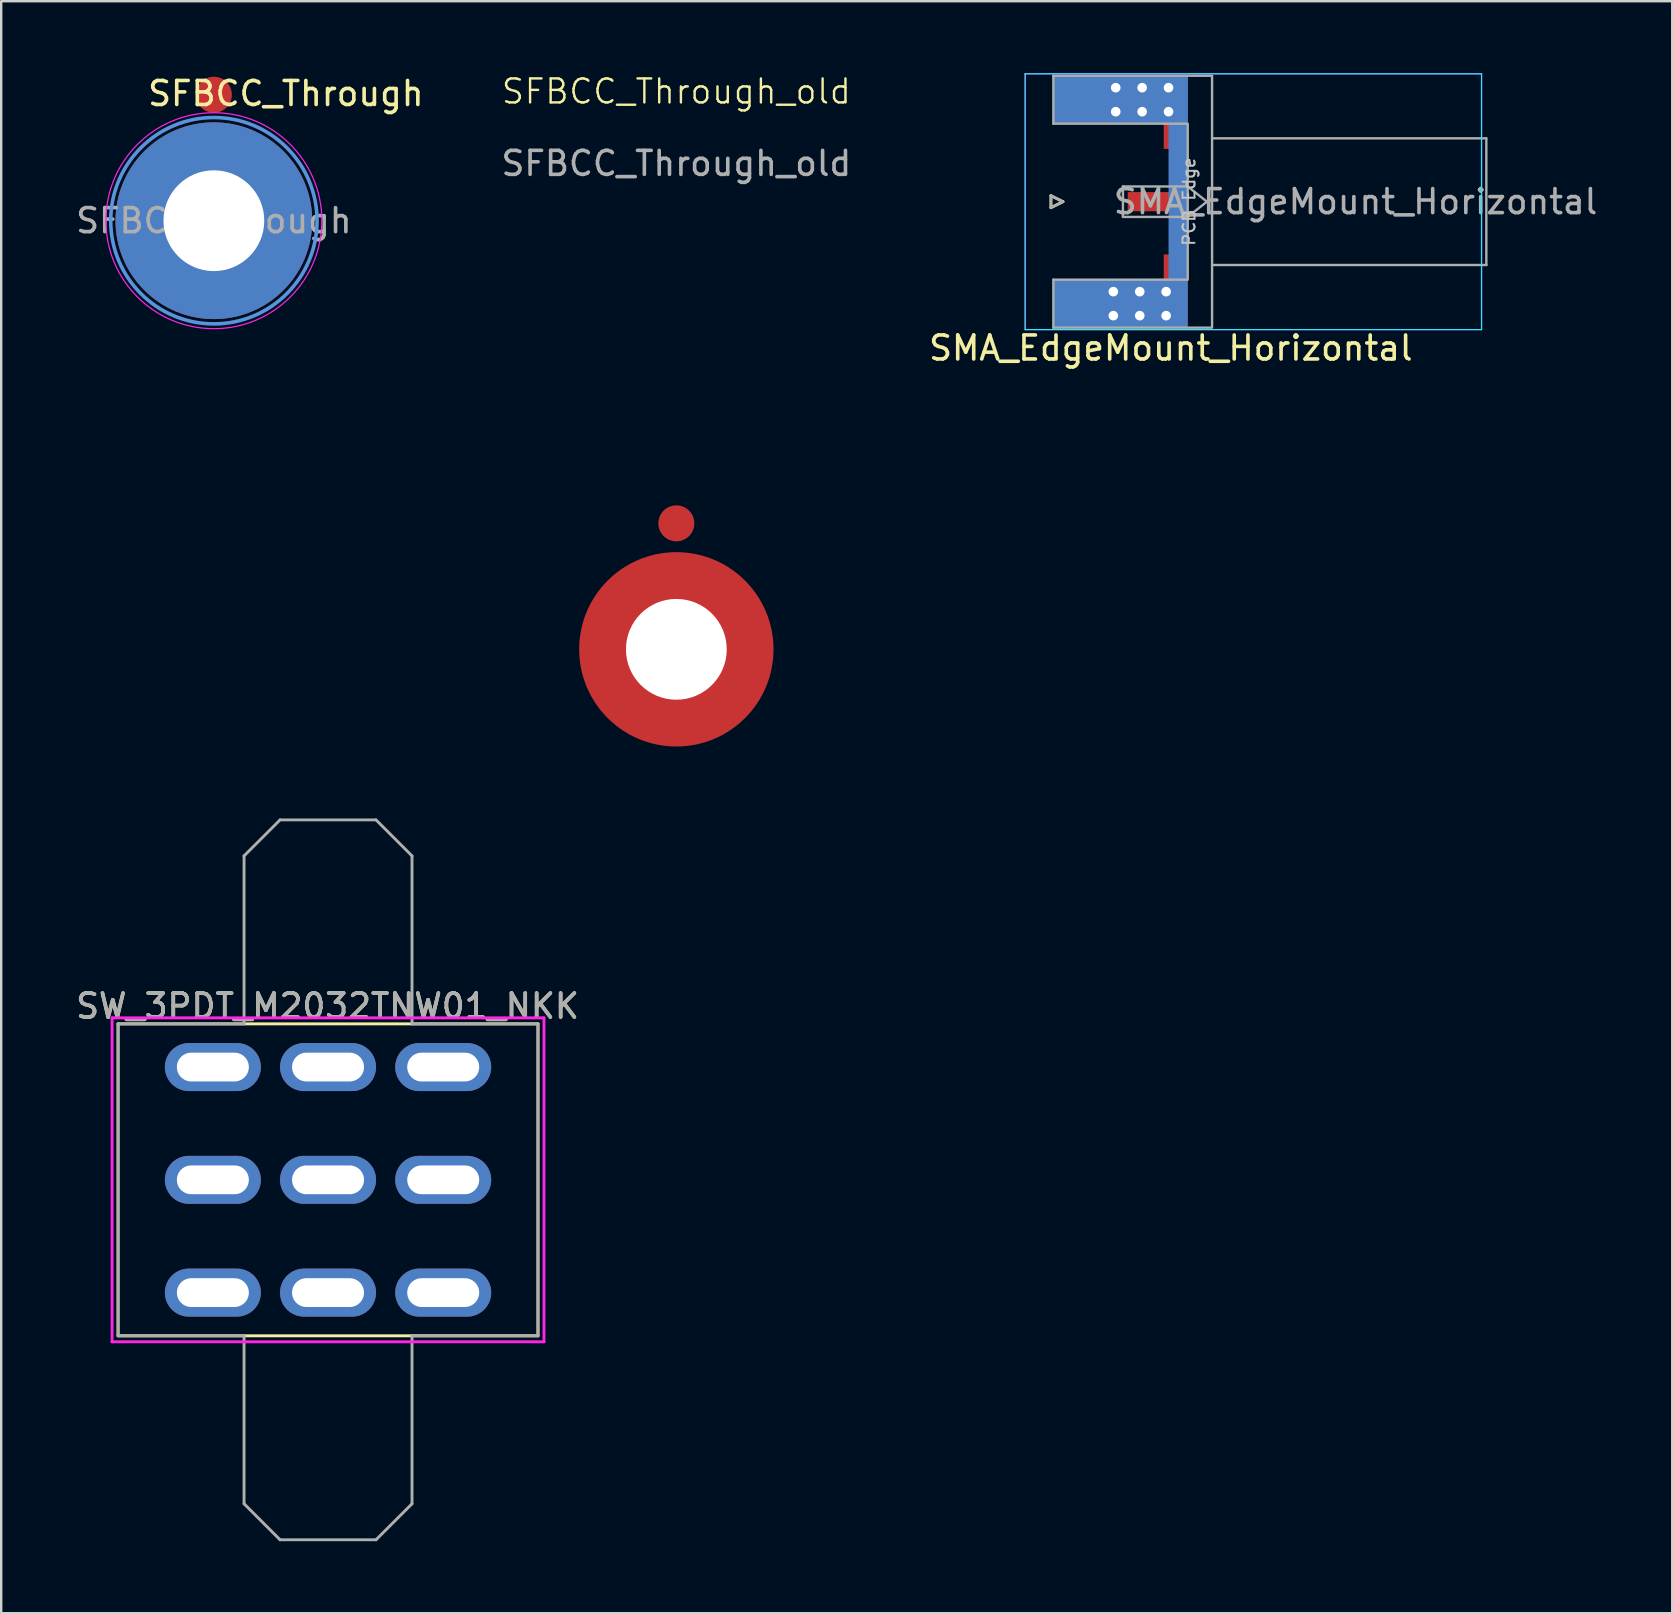
<source format=kicad_pcb>
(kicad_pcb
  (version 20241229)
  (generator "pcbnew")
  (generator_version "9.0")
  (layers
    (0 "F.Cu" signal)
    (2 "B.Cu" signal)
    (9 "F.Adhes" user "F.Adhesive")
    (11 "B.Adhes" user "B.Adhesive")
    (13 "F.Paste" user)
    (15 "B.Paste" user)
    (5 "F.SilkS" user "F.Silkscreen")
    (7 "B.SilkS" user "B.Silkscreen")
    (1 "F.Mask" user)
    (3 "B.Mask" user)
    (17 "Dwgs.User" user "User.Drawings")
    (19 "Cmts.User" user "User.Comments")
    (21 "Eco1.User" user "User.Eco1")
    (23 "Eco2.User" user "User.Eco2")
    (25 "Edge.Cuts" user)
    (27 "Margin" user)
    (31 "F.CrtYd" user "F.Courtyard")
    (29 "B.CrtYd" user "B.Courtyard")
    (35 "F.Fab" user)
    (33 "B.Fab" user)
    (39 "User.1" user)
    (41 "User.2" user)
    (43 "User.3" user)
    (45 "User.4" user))
  (footprint "SFBCC_Through"
    (layer "F.Cu")
    (at 5.863 6.148)
    (property "Reference" "SFBCC_Through" (at 3 -5.3 0) (layer "F.SilkS") (effects (font (size 1 1) (thickness 0.15))))
    (attr exclude_from_pos_files exclude_from_bom)
    (fp_circle (center 0 0) (end 4.3 0) (stroke (width 0.15) (type solid)) (fill no) (layer "Cmts.User"))
    (fp_circle (center 0 0) (end 4.5 0) (stroke (width 0.05) (type solid)) (fill no) (layer "F.CrtYd"))
    (fp_text user "${REFERENCE}" (at 0 0 0) (layer "F.Fab") (effects (font (size 1 1) (thickness 0.15))))
    (pad "2" thru_hole circle (at 0 0) (size 8.2 8.2) (drill 4.2) (layers "*.Cu" "*.Mask"))
    (pad "3" smd circle (at 0 -5.25) (size 1.5 1.5) (layers "F.Cu" "F.Mask" "F.Paste")))
  (footprint "SMA_EdgeMount_Horizontal"
    (layer "F.Cu")
    (at 46.449 5.355)
    (property "Reference" "SMA_EdgeMount_Horizontal" (at -0.705 6.1 0) (layer "F.SilkS") (effects (font (size 1 1) (thickness 0.15))))
    (attr smd)
    (fp_line (start -5.7 -0.25) (end -5.7 0.25) (stroke (width 0.12) (type solid)) (layer "F.SilkS"))
    (fp_line (start -5.7 0.25) (end -5.2 0) (stroke (width 0.12) (type solid)) (layer "F.SilkS"))
    (fp_line (start -5.2 0) (end -5.7 -0.25) (stroke (width 0.12) (type solid)) (layer "F.SilkS"))
    (fp_line (start -6.775 -5.33) (end -6.775 5.33) (stroke (width 0.05) (type solid)) (layer "B.CrtYd"))
    (fp_line (start -6.775 -5.33) (end 12.245 -5.33) (stroke (width 0.05) (type solid)) (layer "B.CrtYd"))
    (fp_line (start 12.245 -5.33) (end 12.245 5.33) (stroke (width 0.05) (type solid)) (layer "B.CrtYd"))
    (fp_line (start 12.245 5.33) (end -6.775 5.33) (stroke (width 0.05) (type solid)) (layer "B.CrtYd"))
    (fp_line (start -6.775 -5.33) (end -6.775 5.33) (stroke (width 0.05) (type solid)) (layer "F.CrtYd"))
    (fp_line (start -6.775 -5.33) (end 12.245 -5.33) (stroke (width 0.05) (type solid)) (layer "F.CrtYd"))
    (fp_line (start 12.245 -5.33) (end 12.245 5.33) (stroke (width 0.05) (type solid)) (layer "F.CrtYd"))
    (fp_line (start 12.245 5.33) (end -6.775 5.33) (stroke (width 0.05) (type solid)) (layer "F.CrtYd"))
    (fp_line (start -5.7 -0.25) (end -5.2 0) (stroke (width 0.1) (type solid)) (layer "F.Fab"))
    (fp_line (start -5.7 0.25) (end -5.7 -0.25) (stroke (width 0.1) (type solid)) (layer "F.Fab"))
    (fp_line (start -5.6 -5.25) (end -5.6 -3.25) (stroke (width 0.1) (type solid)) (layer "F.Fab"))
    (fp_line (start -5.6 -5.25) (end 1.015 -5.25) (stroke (width 0.1) (type solid)) (layer "F.Fab"))
    (fp_line (start -5.6 5.25) (end -5.6 3.25) (stroke (width 0.1) (type solid)) (layer "F.Fab"))
    (fp_line (start -5.2 0) (end -5.7 0.25) (stroke (width 0.1) (type solid)) (layer "F.Fab"))
    (fp_line (start -2.7 -0.635) (end -2.7 0.635) (stroke (width 0.1) (type solid)) (layer "F.Fab"))
    (fp_line (start -0.005 -0.635) (end -2.7 -0.635) (stroke (width 0.1) (type solid)) (layer "F.Fab"))
    (fp_line (start -0.005 -0.635) (end 0.8 0) (stroke (width 0.1) (type solid)) (layer "F.Fab"))
    (fp_line (start -0.005 0.635) (end -2.7 0.635) (stroke (width 0.1) (type solid)) (layer "F.Fab"))
    (fp_line (start 0 -3.25) (end -5.6 -3.25) (stroke (width 0.1) (type solid)) (layer "F.Fab"))
    (fp_line (start 0 -3.2) (end 0 3.2) (stroke (width 0.1) (type solid)) (layer "F.Fab"))
    (fp_line (start 0 3.25) (end -5.6 3.25) (stroke (width 0.1) (type solid)) (layer "F.Fab"))
    (fp_line (start 0.8 0) (end -0.005 0.635) (stroke (width 0.1) (type solid)) (layer "F.Fab"))
    (fp_line (start 1.015 -5.2) (end 1.015 5.2) (stroke (width 0.1) (type solid)) (layer "F.Fab"))
    (fp_line (start 1.015 5.25) (end -5.6 5.25) (stroke (width 0.1) (type solid)) (layer "F.Fab"))
    (fp_line (start 12.445 -2.64) (end 1.015 -2.64) (stroke (width 0.1) (type solid)) (layer "F.Fab"))
    (fp_line (start 12.445 -2.64) (end 12.445 2.64) (stroke (width 0.1) (type solid)) (layer "F.Fab"))
    (fp_line (start 12.445 2.64) (end 1.015 2.64) (stroke (width 0.1) (type solid)) (layer "F.Fab"))
    (fp_text user "PCB Edge" (at 0.055 0 270) (layer "Dwgs.User") (effects (font (size 0.5 0.5) (thickness 0.08))))
    (fp_text user "${REFERENCE}" (at 6.995 0 0) (layer "F.Fab") (effects (font (size 1 1) (thickness 0.15))))
    (pad "1" smd rect (at -1.3 0) (size 2.4 0.8) (layers "F.Cu" "F.Mask" "F.Paste"))
    (pad "2" thru_hole circle (at -3.1 3.75 90) (size 0.89 0.89) (drill 0.4) (layers "*.Cu" "*.Mask"))
    (pad "2" thru_hole circle (at -3.1 4.75 90) (size 0.89 0.89) (drill 0.4) (layers "*.Cu" "*.Mask"))
    (pad "2" thru_hole circle (at -3 -4.75 90) (size 0.89 0.89) (drill 0.4) (layers "*.Cu" "*.Mask"))
    (pad "2" thru_hole circle (at -3 -3.75 90) (size 0.89 0.89) (drill 0.4) (layers "*.Cu" "*.Mask"))
    (pad "2" smd rect (at -2.8 -4.25) (size 5.6 2) (layers "F.Cu" "F.Mask" "F.Paste"))
    (pad "2" smd rect (at -2.8 -4.25) (size 5.6 2) (layers "B.Cu" "B.Mask" "B.Paste"))
    (pad "2" smd rect (at -2.8 -4.25) (size 5.6 2) (layers "B.Cu" "B.Mask" "B.Paste"))
    (pad "2" smd rect (at -2.8 4.25) (size 5.6 2) (layers "F.Cu" "F.Mask" "F.Paste"))
    (pad "2" smd rect (at -2.8 4.25) (size 5.6 2) (layers "B.Cu" "B.Mask" "B.Paste"))
    (pad "2" thru_hole circle (at -2 3.75 90) (size 0.89 0.89) (drill 0.4) (layers "*.Cu" "*.Mask"))
    (pad "2" thru_hole circle (at -2 4.75 90) (size 0.89 0.89) (drill 0.4) (layers "*.Cu" "*.Mask"))
    (pad "2" thru_hole circle (at -1.9 -4.75 90) (size 0.89 0.89) (drill 0.4) (layers "*.Cu" "*.Mask"))
    (pad "2" thru_hole circle (at -1.9 -3.75 90) (size 0.89 0.89) (drill 0.4) (layers "*.Cu" "*.Mask"))
    (pad "2" thru_hole circle (at -0.9 3.75 90) (size 0.89 0.89) (drill 0.4) (layers "*.Cu" "*.Mask"))
    (pad "2" thru_hole circle (at -0.9 4.75 90) (size 0.89 0.89) (drill 0.4) (layers "*.Cu" "*.Mask"))
    (pad "2" thru_hole circle (at -0.8 -4.75 90) (size 0.89 0.89) (drill 0.4) (layers "*.Cu" "*.Mask"))
    (pad "2" thru_hole circle (at -0.8 -3.75 90) (size 0.89 0.89) (drill 0.4) (layers "*.Cu" "*.Mask"))
    (pad "2" smd rect (at -0.5 -2.75 270) (size 1.1 1) (layers "F.Cu" "F.Mask" "F.Paste"))
    (pad "2" smd rect (at -0.5 2.75 270) (size 1.1 1) (layers "F.Cu" "F.Mask" "F.Paste"))
    (pad "2" smd rect (at -0.4 0 90) (size 6.6 0.8) (layers "B.Cu" "B.Mask" "B.Paste")))
  (footprint "SW_3PDT_M2032TNW01_NKK"
    (layer "F.Cu")
    (at 10.621 46.12)
    (property "Reference" "SW_3PDT_M2032TNW01_NKK" (at -0.02 -7.24 0) (layer "F.SilkS") (effects (font (size 1 1) (thickness 0.15))))
    (attr through_hole)
    (fp_line (start -8.75 -6.5) (end -8.75 6.5) (stroke (width 0.12) (type solid)) (layer "F.SilkS"))
    (fp_line (start -8.75 6.5) (end 3.5 6.5) (stroke (width 0.12) (type solid)) (layer "F.SilkS"))
    (fp_line (start 3.5 -6.5) (end -8.75 -6.5) (stroke (width 0.12) (type solid)) (layer "F.SilkS"))
    (fp_line (start 3.5 6.5) (end 8.75 6.5) (stroke (width 0.12) (type solid)) (layer "F.SilkS"))
    (fp_line (start 8.75 -6.5) (end 3.5 -6.5) (stroke (width 0.12) (type solid)) (layer "F.SilkS"))
    (fp_line (start 8.75 6.5) (end 8.75 -6.5) (stroke (width 0.12) (type solid)) (layer "F.SilkS"))
    (fp_line (start -9 -6.75) (end 9 -6.75) (stroke (width 0.12) (type solid)) (layer "F.CrtYd"))
    (fp_line (start -9 6.75) (end -9 -6.75) (stroke (width 0.12) (type solid)) (layer "F.CrtYd"))
    (fp_line (start 9 -6.75) (end 9 6.75) (stroke (width 0.12) (type solid)) (layer "F.CrtYd"))
    (fp_line (start 9 6.75) (end -9 6.75) (stroke (width 0.12) (type solid)) (layer "F.CrtYd"))
    (fp_line (start -8.75 -6.5) (end -3.5 -6.5) (stroke (width 0.12) (type solid)) (layer "F.Fab"))
    (fp_line (start -8.75 6.5) (end -8.75 -6.5) (stroke (width 0.12) (type solid)) (layer "F.Fab"))
    (fp_line (start -3.5 -13.5) (end -2 -15) (stroke (width 0.12) (type solid)) (layer "F.Fab"))
    (fp_line (start -3.5 -6.5) (end -3.5 -13.5) (stroke (width 0.12) (type solid)) (layer "F.Fab"))
    (fp_line (start -3.5 6.5) (end -8.75 6.5) (stroke (width 0.12) (type solid)) (layer "F.Fab"))
    (fp_line (start -3.5 13.5) (end -3.5 6.5) (stroke (width 0.12) (type solid)) (layer "F.Fab"))
    (fp_line (start -2 -15) (end 2 -15) (stroke (width 0.12) (type solid)) (layer "F.Fab"))
    (fp_line (start -2 15) (end -3.5 13.5) (stroke (width 0.12) (type solid)) (layer "F.Fab"))
    (fp_line (start 2 -15) (end 3.5 -13.5) (stroke (width 0.12) (type solid)) (layer "F.Fab"))
    (fp_line (start 2 15) (end -2 15) (stroke (width 0.12) (type solid)) (layer "F.Fab"))
    (fp_line (start 3.5 -13.5) (end 3.5 -6.5) (stroke (width 0.12) (type solid)) (layer "F.Fab"))
    (fp_line (start 3.5 -6.5) (end 8.75 -6.5) (stroke (width 0.12) (type solid)) (layer "F.Fab"))
    (fp_line (start 3.5 6.5) (end 3.5 13.5) (stroke (width 0.12) (type solid)) (layer "F.Fab"))
    (fp_line (start 3.5 13.5) (end 2 15) (stroke (width 0.12) (type solid)) (layer "F.Fab"))
    (fp_line (start 8.75 -6.5) (end 8.75 6.5) (stroke (width 0.12) (type solid)) (layer "F.Fab"))
    (fp_line (start 8.75 6.5) (end 3.5 6.5) (stroke (width 0.12) (type solid)) (layer "F.Fab"))
    (fp_text user "${REFERENCE}" (at -0.02 -7.24 0) (layer "F.Fab") (effects (font (size 1 1) (thickness 0.15))))
    (pad "1" thru_hole oval (at -4.8 -4.7) (size 4 2) (drill oval 3 1.2) (layers "*.Cu" "*.Mask"))
    (pad "2" thru_hole oval (at -4.8 0) (size 4 2) (drill oval 3 1.2) (layers "*.Cu" "*.Mask"))
    (pad "3" thru_hole oval (at -4.8 4.7) (size 4 2) (drill oval 3 1.2) (layers "*.Cu" "*.Mask"))
    (pad "4" thru_hole oval (at 0 -4.7) (size 4 2) (drill oval 3 1.2) (layers "*.Cu" "*.Mask"))
    (pad "5" thru_hole oval (at 0 0) (size 4 2) (drill oval 3 1.2) (layers "*.Cu" "*.Mask"))
    (pad "6" thru_hole oval (at 0 4.7) (size 4 2) (drill oval 3 1.2) (layers "*.Cu" "*.Mask"))
    (pad "7" thru_hole oval (at 4.8 -4.7) (size 4 2) (drill oval 3 1.2) (layers "*.Cu" "*.Mask"))
    (pad "8" thru_hole oval (at 4.8 0) (size 4 2) (drill oval 3 1.2) (layers "*.Cu" "*.Mask"))
    (pad "9" thru_hole oval (at 4.8 4.7) (size 4 2) (drill oval 3 1.2) (layers "*.Cu" "*.Mask")))
  (footprint "SFBCC_Through_old"
    (layer "F.Cu")
    (at 25.137 24.011)
    (property "Reference" "SFBCC_Through_old" (at 0 -23.25 0) (unlocked yes) (layer "F.SilkS") (effects (font (size 1 1) (thickness 0.1))))
    (attr through_hole)
    (fp_text user "${REFERENCE}" (at 0 -20.25 0) (unlocked yes) (layer "F.Fab") (effects (font (size 1 1) (thickness 0.15))))
    (pad "" np_thru_hole circle (at 0 0) (size 4.2 4.2) (drill 4.2) (layers "*.Cu" "*.Mask"))
    (pad "2" smd circle (at 0 0 90) (size 8.1 8.1) (layers "F.Cu" "F.Mask" "F.Paste"))
    (pad "3" smd circle (at 0 -5.25) (size 1.5 1.5) (layers "F.Cu" "F.Mask" "F.Paste")))
  (gr_rect
    (start -3 -3)
    (end 66.64 64.18)
    (stroke (width 0.1) (type default))
    (fill no)
    (layer "Edge.Cuts")))
</source>
